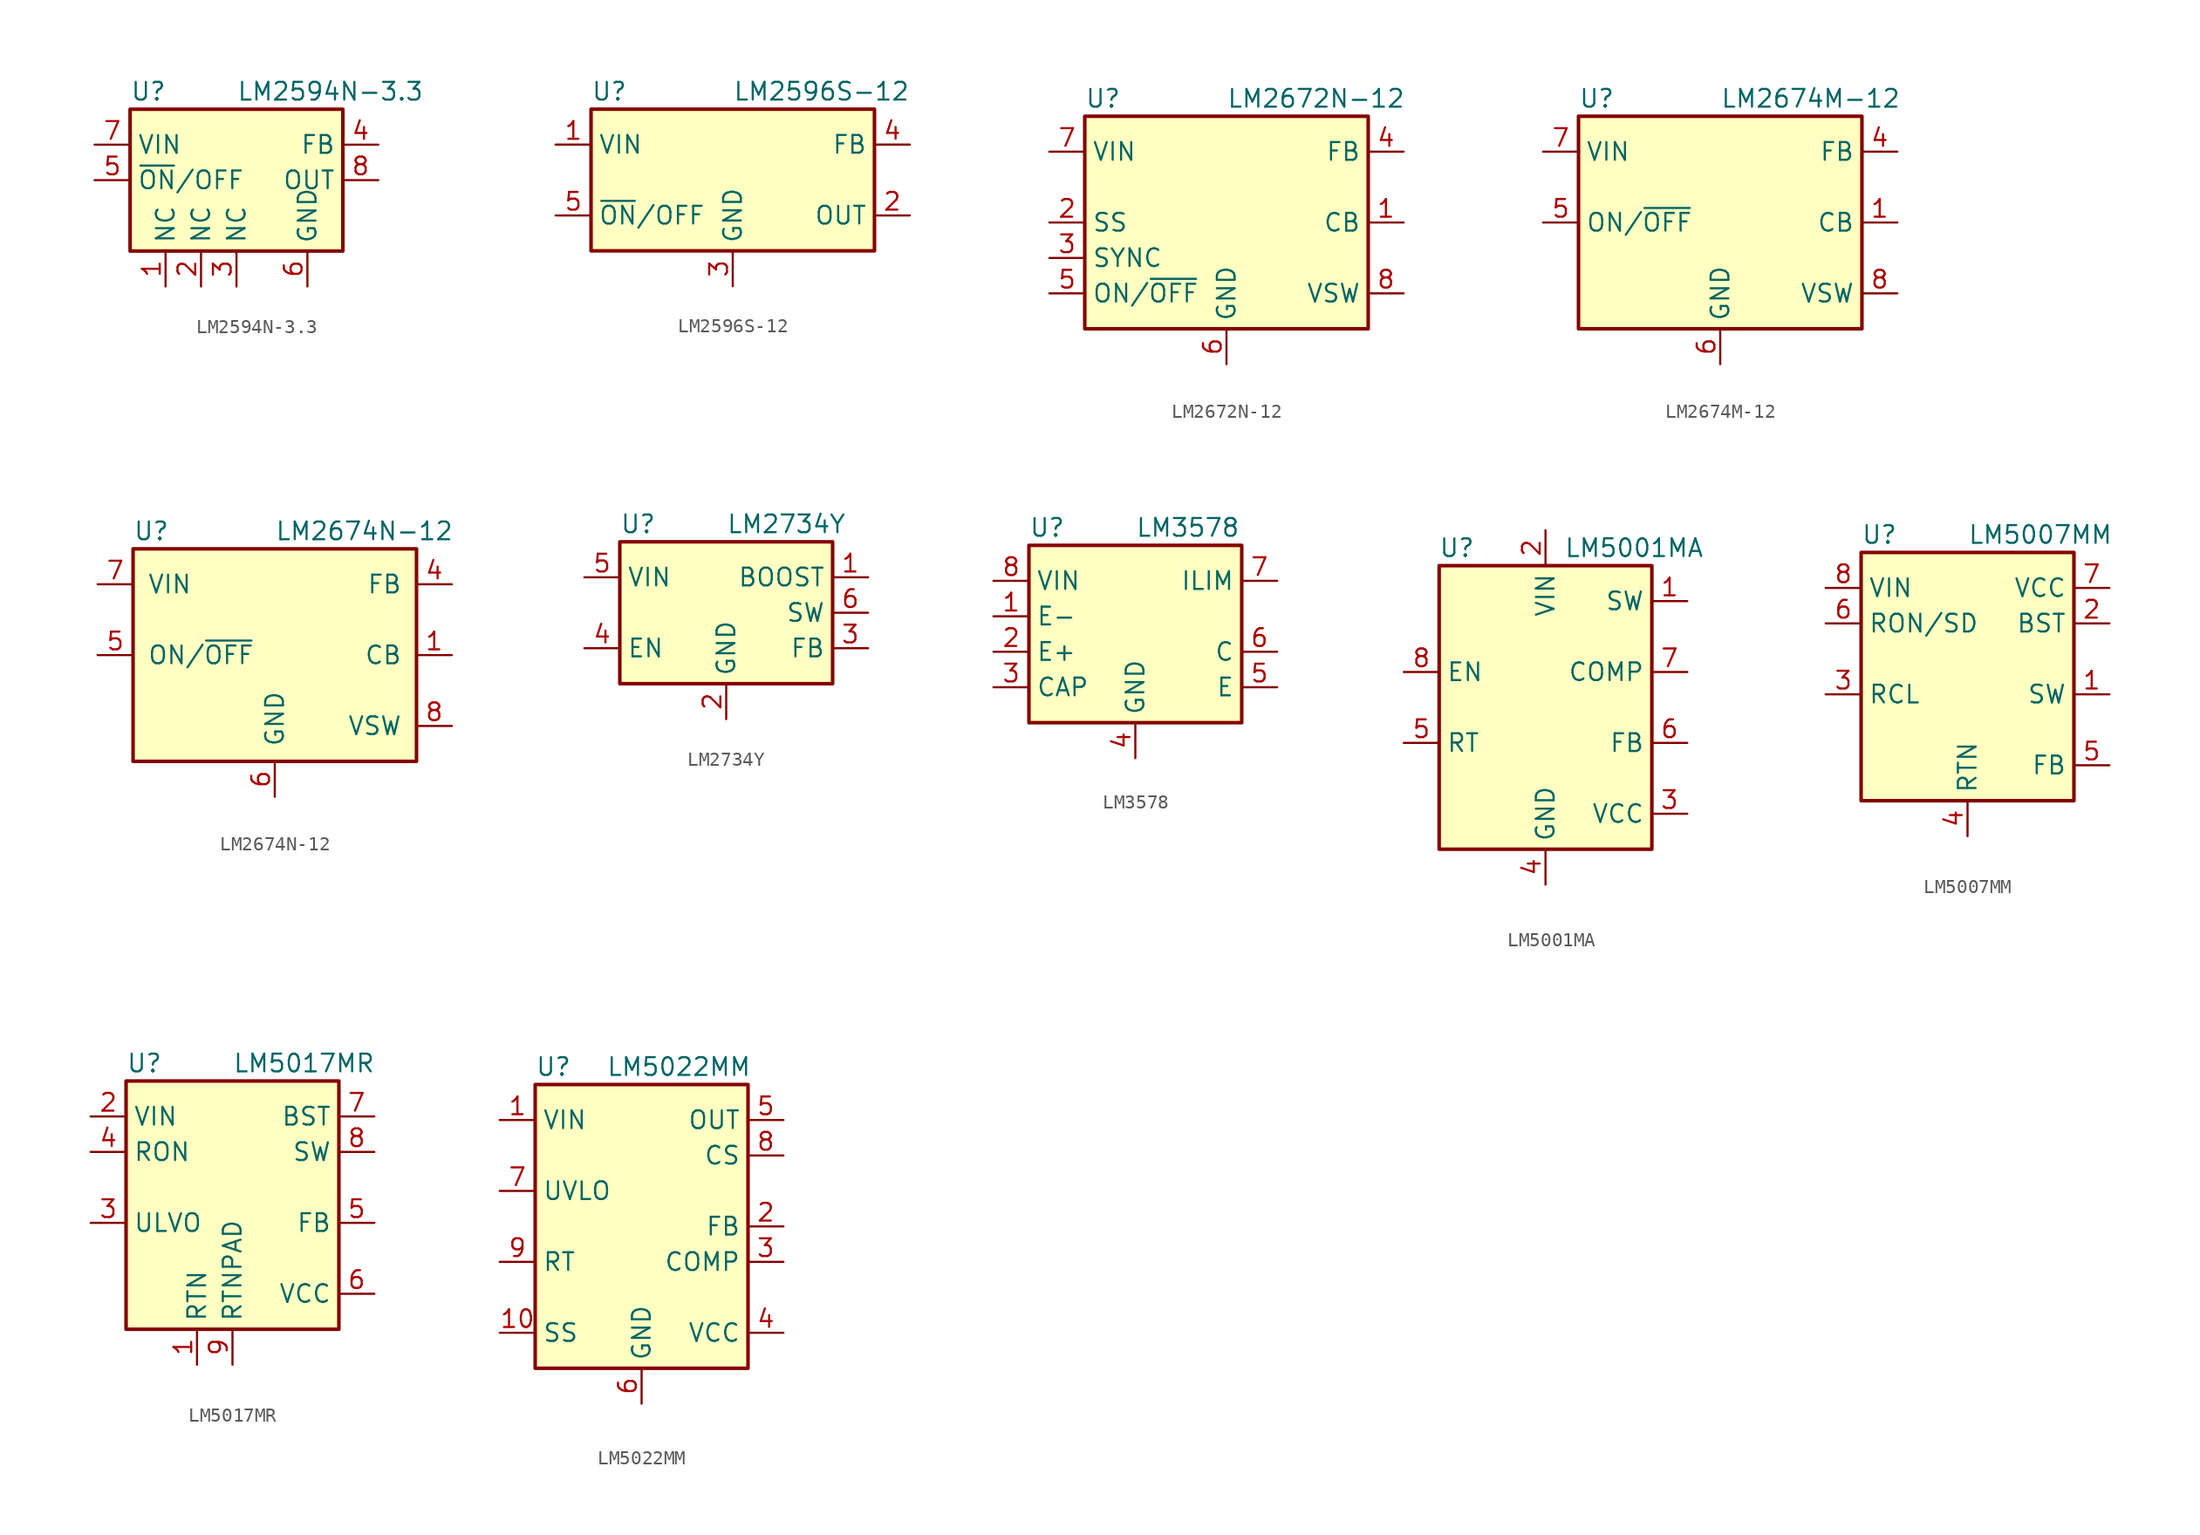
<source format=kicad_sym>
(kicad_symbol_lib
  (version 20201005)
  (generator kicad_symbol_editor)
  (symbol "LM2594N-3.3"
    (property "Reference" "U"
      (at -7.62 6.35 0)
      (effects (font (size 1.27 1.27)) (justify left)))
    (property "Value" "LM2594N-3.3"
      (at 0 6.35 0)
      (effects (font (size 1.27 1.27)) (justify left)))
    (symbol "LM2594N-3.3_0_1"
      (rectangle (start -7.62 5.08) (end 7.62 -5.08) (stroke (width 0.254)) (fill (type background))))
    (symbol "LM2594N-3.3_1_1"
      (pin passive line (at -5.08 -7.62 90) (length 2.54) (name "NC" (effects (font (size 1.27 1.27)))) (number "1" (effects (font (size 1.27 1.27)))))
      (pin passive line (at -2.54 -7.62 90) (length 2.54) (name "NC" (effects (font (size 1.27 1.27)))) (number "2" (effects (font (size 1.27 1.27)))))
      (pin passive line (at 0 -7.62 90) (length 2.54) (name "NC" (effects (font (size 1.27 1.27)))) (number "3" (effects (font (size 1.27 1.27)))))
      (pin input line (at 10.16 2.54 180) (length 2.54) (name "FB" (effects (font (size 1.27 1.27)))) (number "4" (effects (font (size 1.27 1.27)))))
      (pin input line (at -10.16 0 0) (length 2.54) (name "~ON~/OFF" (effects (font (size 1.27 1.27)))) (number "5" (effects (font (size 1.27 1.27)))))
      (pin power_in line (at 5.08 -7.62 90) (length 2.54) (name "GND" (effects (font (size 1.27 1.27)))) (number "6" (effects (font (size 1.27 1.27)))))
      (pin power_in line (at -10.16 2.54 0) (length 2.54) (name "VIN" (effects (font (size 1.27 1.27)))) (number "7" (effects (font (size 1.27 1.27)))))
      (pin output line (at 10.16 0 180) (length 2.54) (name "OUT" (effects (font (size 1.27 1.27)))) (number "8" (effects (font (size 1.27 1.27)))))))
  (symbol "LM2596S-12"
    (property "Reference" "U"
      (at -10.16 6.35 0)
      (effects (font (size 1.27 1.27)) (justify left)))
    (property "Value" "LM2596S-12"
      (at 0 6.35 0)
      (effects (font (size 1.27 1.27)) (justify left)))
    (symbol "LM2596S-12_0_1"
      (rectangle (start -10.16 5.08) (end 10.16 -5.08) (stroke (width 0.254)) (fill (type background))))
    (symbol "LM2596S-12_1_1"
      (pin power_in line (at -12.7 2.54 0) (length 2.54) (name "VIN" (effects (font (size 1.27 1.27)))) (number "1" (effects (font (size 1.27 1.27)))))
      (pin output line (at 12.7 -2.54 180) (length 2.54) (name "OUT" (effects (font (size 1.27 1.27)))) (number "2" (effects (font (size 1.27 1.27)))))
      (pin power_in line (at 0 -7.62 90) (length 2.54) (name "GND" (effects (font (size 1.27 1.27)))) (number "3" (effects (font (size 1.27 1.27)))))
      (pin input line (at 12.7 2.54 180) (length 2.54) (name "FB" (effects (font (size 1.27 1.27)))) (number "4" (effects (font (size 1.27 1.27)))))
      (pin input line (at -12.7 -2.54 0) (length 2.54) (name "~ON~/OFF" (effects (font (size 1.27 1.27)))) (number "5" (effects (font (size 1.27 1.27)))))))
  (symbol "LM2672N-12"
    (property "Reference" "U"
      (at -10.16 8.89 0)
      (effects (font (size 1.27 1.27)) (justify left)))
    (property "Value" "LM2672N-12"
      (at 0 8.89 0)
      (effects (font (size 1.27 1.27)) (justify left)))
    (symbol "LM2672N-12_0_1"
      (rectangle (start -10.16 7.62) (end 10.16 -7.62) (stroke (width 0.254)) (fill (type background))))
    (symbol "LM2672N-12_1_1"
      (pin input line (at 12.7 0 180) (length 2.54) (name "CB" (effects (font (size 1.27 1.27)))) (number "1" (effects (font (size 1.27 1.27)))))
      (pin input line (at -12.7 0 0) (length 2.54) (name "SS" (effects (font (size 1.27 1.27)))) (number "2" (effects (font (size 1.27 1.27)))))
      (pin input line (at -12.7 -2.54 0) (length 2.54) (name "SYNC" (effects (font (size 1.27 1.27)))) (number "3" (effects (font (size 1.27 1.27)))))
      (pin input line (at 12.7 5.08 180) (length 2.54) (name "FB" (effects (font (size 1.27 1.27)))) (number "4" (effects (font (size 1.27 1.27)))))
      (pin input line (at -12.7 -5.08 0) (length 2.54) (name "ON/~OFF" (effects (font (size 1.27 1.27)))) (number "5" (effects (font (size 1.27 1.27)))))
      (pin power_in line (at 0 -10.16 90) (length 2.54) (name "GND" (effects (font (size 1.27 1.27)))) (number "6" (effects (font (size 1.27 1.27)))))
      (pin power_in line (at -12.7 5.08 0) (length 2.54) (name "VIN" (effects (font (size 1.27 1.27)))) (number "7" (effects (font (size 1.27 1.27)))))
      (pin output line (at 12.7 -5.08 180) (length 2.54) (name "VSW" (effects (font (size 1.27 1.27)))) (number "8" (effects (font (size 1.27 1.27)))))))
  (symbol "LM2674M-12"
    (property "Reference" "U"
      (at -10.16 8.89 0)
      (effects (font (size 1.27 1.27)) (justify left)))
    (property "Value" "LM2674M-12"
      (at 0 8.89 0)
      (effects (font (size 1.27 1.27)) (justify left)))
    (symbol "LM2674M-12_0_1"
      (rectangle (start -10.16 7.62) (end 10.16 -7.62) (stroke (width 0.254)) (fill (type background))))
    (symbol "LM2674M-12_1_1"
      (pin input line (at 12.7 0 180) (length 2.54) (name "CB" (effects (font (size 1.27 1.27)))) (number "1" (effects (font (size 1.27 1.27)))))
      (pin no_connect line (at -10.16 -2.54 0) (length 2.54) hide (name "NC" (effects (font (size 1.27 1.27)))) (number "2" (effects (font (size 1.27 1.27)))))
      (pin no_connect line (at -10.16 -5.08 0) (length 2.54) hide (name "NC" (effects (font (size 1.27 1.27)))) (number "3" (effects (font (size 1.27 1.27)))))
      (pin input line (at 12.7 5.08 180) (length 2.54) (name "FB" (effects (font (size 1.27 1.27)))) (number "4" (effects (font (size 1.27 1.27)))))
      (pin input line (at -12.7 0 0) (length 2.54) (name "ON/~OFF" (effects (font (size 1.27 1.27)))) (number "5" (effects (font (size 1.27 1.27)))))
      (pin power_in line (at 0 -10.16 90) (length 2.54) (name "GND" (effects (font (size 1.27 1.27)))) (number "6" (effects (font (size 1.27 1.27)))))
      (pin power_in line (at -12.7 5.08 0) (length 2.54) (name "VIN" (effects (font (size 1.27 1.27)))) (number "7" (effects (font (size 1.27 1.27)))))
      (pin output line (at 12.7 -5.08 180) (length 2.54) (name "VSW" (effects (font (size 1.27 1.27)))) (number "8" (effects (font (size 1.27 1.27)))))))
  (symbol "LM2674N-12"
    (pin_names
      (offset 1.016))
    (property "Reference" "U"
      (at -10.16 8.89 0)
      (effects (font (size 1.27 1.27)) (justify left)))
    (property "Value" "LM2674N-12"
      (at 0 8.89 0)
      (effects (font (size 1.27 1.27)) (justify left)))
    (symbol "LM2674N-12_0_1"
      (rectangle (start -10.16 7.62) (end 10.16 -7.62) (stroke (width 0.254)) (fill (type background))))
    (symbol "LM2674N-12_1_1"
      (pin input line (at 12.7 0 180) (length 2.54) (name "CB" (effects (font (size 1.27 1.27)))) (number "1" (effects (font (size 1.27 1.27)))))
      (pin no_connect line (at -10.16 -2.54 0) (length 2.54) hide (name "NC" (effects (font (size 1.27 1.27)))) (number "2" (effects (font (size 1.27 1.27)))))
      (pin no_connect line (at -10.16 -5.08 0) (length 2.54) hide (name "NC" (effects (font (size 1.27 1.27)))) (number "3" (effects (font (size 1.27 1.27)))))
      (pin input line (at 12.7 5.08 180) (length 2.54) (name "FB" (effects (font (size 1.27 1.27)))) (number "4" (effects (font (size 1.27 1.27)))))
      (pin input line (at -12.7 0 0) (length 2.54) (name "ON/~OFF" (effects (font (size 1.27 1.27)))) (number "5" (effects (font (size 1.27 1.27)))))
      (pin power_in line (at 0 -10.16 90) (length 2.54) (name "GND" (effects (font (size 1.27 1.27)))) (number "6" (effects (font (size 1.27 1.27)))))
      (pin power_in line (at -12.7 5.08 0) (length 2.54) (name "VIN" (effects (font (size 1.27 1.27)))) (number "7" (effects (font (size 1.27 1.27)))))
      (pin output line (at 12.7 -5.08 180) (length 2.54) (name "VSW" (effects (font (size 1.27 1.27)))) (number "8" (effects (font (size 1.27 1.27)))))))
  (symbol "LM2734Y"
    (property "Reference" "U"
      (at -7.62 6.35 0)
      (effects (font (size 1.27 1.27)) (justify left)))
    (property "Value" "LM2734Y"
      (at 0 6.35 0)
      (effects (font (size 1.27 1.27)) (justify left)))
    (symbol "LM2734Y_0_1"
      (rectangle (start -7.62 5.08) (end 7.62 -5.08) (stroke (width 0.254)) (fill (type background)))
      (pin input line (at 10.16 2.54 180) (length 2.54) (name "BOOST" (effects (font (size 1.27 1.27)))) (number "1" (effects (font (size 1.27 1.27))))))
    (symbol "LM2734Y_1_1"
      (pin power_in line (at 0 -7.62 90) (length 2.54) (name "GND" (effects (font (size 1.27 1.27)))) (number "2" (effects (font (size 1.27 1.27)))))
      (pin input line (at 10.16 -2.54 180) (length 2.54) (name "FB" (effects (font (size 1.27 1.27)))) (number "3" (effects (font (size 1.27 1.27)))))
      (pin input line (at -10.16 -2.54 0) (length 2.54) (name "EN" (effects (font (size 1.27 1.27)))) (number "4" (effects (font (size 1.27 1.27)))))
      (pin power_in line (at -10.16 2.54 0) (length 2.54) (name "VIN" (effects (font (size 1.27 1.27)))) (number "5" (effects (font (size 1.27 1.27)))))
      (pin output line (at 10.16 0 180) (length 2.54) (name "SW" (effects (font (size 1.27 1.27)))) (number "6" (effects (font (size 1.27 1.27)))))))
  (symbol "LM3578"
    (property "Reference" "U"
      (at -7.62 8.89 0)
      (effects (font (size 1.27 1.27)) (justify left)))
    (property "Value" "LM3578"
      (at 0 8.89 0)
      (effects (font (size 1.27 1.27)) (justify left)))
    (symbol "LM3578_0_1"
      (rectangle (start -7.62 -5.08) (end 7.62 7.62) (stroke (width 0.254)) (fill (type background))))
    (symbol "LM3578_1_1"
      (pin input line (at -10.16 2.54 0) (length 2.54) (name "E-" (effects (font (size 1.27 1.27)))) (number "1" (effects (font (size 1.27 1.27)))))
      (pin input line (at -10.16 0 0) (length 2.54) (name "E+" (effects (font (size 1.27 1.27)))) (number "2" (effects (font (size 1.27 1.27)))))
      (pin input line (at -10.16 -2.54 0) (length 2.54) (name "CAP" (effects (font (size 1.27 1.27)))) (number "3" (effects (font (size 1.27 1.27)))))
      (pin power_in line (at 0 -7.62 90) (length 2.54) (name "GND" (effects (font (size 1.27 1.27)))) (number "4" (effects (font (size 1.27 1.27)))))
      (pin open_emitter line (at 10.16 -2.54 180) (length 2.54) (name "E" (effects (font (size 1.27 1.27)))) (number "5" (effects (font (size 1.27 1.27)))))
      (pin open_collector line (at 10.16 0 180) (length 2.54) (name "C" (effects (font (size 1.27 1.27)))) (number "6" (effects (font (size 1.27 1.27)))))
      (pin input line (at 10.16 5.08 180) (length 2.54) (name "ILIM" (effects (font (size 1.27 1.27)))) (number "7" (effects (font (size 1.27 1.27)))))
      (pin power_in line (at -10.16 5.08 0) (length 2.54) (name "VIN" (effects (font (size 1.27 1.27)))) (number "8" (effects (font (size 1.27 1.27)))))))
  (symbol "LM5001MA"
    (property "Reference" "U"
      (at -6.35 11.43 0)
      (effects (font (size 1.27 1.27))))
    (property "Value" "LM5001MA"
      (at 6.35 11.43 0)
      (effects (font (size 1.27 1.27))))
    (symbol "LM5001MA_0_1"
      (rectangle (start -7.62 10.16) (end 7.62 -10.16) (stroke (width 0.254)) (fill (type background))))
    (symbol "LM5001MA_1_1"
      (pin open_collector line (at 10.16 7.62 180) (length 2.54) (name "SW" (effects (font (size 1.27 1.27)))) (number "1" (effects (font (size 1.27 1.27)))))
      (pin power_in line (at 0 12.7 270) (length 2.54) (name "VIN" (effects (font (size 1.27 1.27)))) (number "2" (effects (font (size 1.27 1.27)))))
      (pin passive line (at 10.16 -7.62 180) (length 2.54) (name "VCC" (effects (font (size 1.27 1.27)))) (number "3" (effects (font (size 1.27 1.27)))))
      (pin power_in line (at 0 -12.7 90) (length 2.54) (name "GND" (effects (font (size 1.27 1.27)))) (number "4" (effects (font (size 1.27 1.27)))))
      (pin passive line (at -10.16 -2.54 0) (length 2.54) (name "RT" (effects (font (size 1.27 1.27)))) (number "5" (effects (font (size 1.27 1.27)))))
      (pin input line (at 10.16 -2.54 180) (length 2.54) (name "FB" (effects (font (size 1.27 1.27)))) (number "6" (effects (font (size 1.27 1.27)))))
      (pin open_collector line (at 10.16 2.54 180) (length 2.54) (name "COMP" (effects (font (size 1.27 1.27)))) (number "7" (effects (font (size 1.27 1.27)))))
      (pin input line (at -10.16 2.54 0) (length 2.54) (name "EN" (effects (font (size 1.27 1.27)))) (number "8" (effects (font (size 1.27 1.27)))))))
  (symbol "LM5007MM"
    (property "Reference" "U"
      (at -7.62 8.89 0)
      (effects (font (size 1.27 1.27)) (justify left)))
    (property "Value" "LM5007MM"
      (at 0 8.89 0)
      (effects (font (size 1.27 1.27)) (justify left)))
    (symbol "LM5007MM_0_1"
      (rectangle (start -7.62 7.62) (end 7.62 -10.16) (stroke (width 0.254)) (fill (type background))))
    (symbol "LM5007MM_1_1"
      (pin output line (at 10.16 -2.54 180) (length 2.54) (name "SW" (effects (font (size 1.27 1.27)))) (number "1" (effects (font (size 1.27 1.27)))))
      (pin input line (at 10.16 2.54 180) (length 2.54) (name "BST" (effects (font (size 1.27 1.27)))) (number "2" (effects (font (size 1.27 1.27)))))
      (pin input line (at -10.16 -2.54 0) (length 2.54) (name "RCL" (effects (font (size 1.27 1.27)))) (number "3" (effects (font (size 1.27 1.27)))))
      (pin power_in line (at 0 -12.7 90) (length 2.54) (name "RTN" (effects (font (size 1.27 1.27)))) (number "4" (effects (font (size 1.27 1.27)))))
      (pin input line (at 10.16 -7.62 180) (length 2.54) (name "FB" (effects (font (size 1.27 1.27)))) (number "5" (effects (font (size 1.27 1.27)))))
      (pin input line (at -10.16 2.54 0) (length 2.54) (name "RON/SD" (effects (font (size 1.27 1.27)))) (number "6" (effects (font (size 1.27 1.27)))))
      (pin output line (at 10.16 5.08 180) (length 2.54) (name "VCC" (effects (font (size 1.27 1.27)))) (number "7" (effects (font (size 1.27 1.27)))))
      (pin power_in line (at -10.16 5.08 0) (length 2.54) (name "VIN" (effects (font (size 1.27 1.27)))) (number "8" (effects (font (size 1.27 1.27)))))))
  (symbol "LM5017MR"
    (property "Reference" "U"
      (at -7.62 8.89 0)
      (effects (font (size 1.27 1.27)) (justify left)))
    (property "Value" "LM5017MR"
      (at 0 8.89 0)
      (effects (font (size 1.27 1.27)) (justify left)))
    (symbol "LM5017MR_0_1"
      (rectangle (start -7.62 7.62) (end 7.62 -10.16) (stroke (width 0.254)) (fill (type background))))
    (symbol "LM5017MR_1_1"
      (pin power_in line (at -2.54 -12.7 90) (length 2.54) (name "RTN" (effects (font (size 1.27 1.27)))) (number "1" (effects (font (size 1.27 1.27)))))
      (pin power_in line (at -10.16 5.08 0) (length 2.54) (name "VIN" (effects (font (size 1.27 1.27)))) (number "2" (effects (font (size 1.27 1.27)))))
      (pin input line (at -10.16 -2.54 0) (length 2.54) (name "ULVO" (effects (font (size 1.27 1.27)))) (number "3" (effects (font (size 1.27 1.27)))))
      (pin input line (at -10.16 2.54 0) (length 2.54) (name "RON" (effects (font (size 1.27 1.27)))) (number "4" (effects (font (size 1.27 1.27)))))
      (pin input line (at 10.16 -2.54 180) (length 2.54) (name "FB" (effects (font (size 1.27 1.27)))) (number "5" (effects (font (size 1.27 1.27)))))
      (pin output line (at 10.16 -7.62 180) (length 2.54) (name "VCC" (effects (font (size 1.27 1.27)))) (number "6" (effects (font (size 1.27 1.27)))))
      (pin input line (at 10.16 5.08 180) (length 2.54) (name "BST" (effects (font (size 1.27 1.27)))) (number "7" (effects (font (size 1.27 1.27)))))
      (pin output line (at 10.16 2.54 180) (length 2.54) (name "SW" (effects (font (size 1.27 1.27)))) (number "8" (effects (font (size 1.27 1.27)))))
      (pin power_in line (at 0 -12.7 90) (length 2.54) (name "RTNPAD" (effects (font (size 1.27 1.27)))) (number "9" (effects (font (size 1.27 1.27)))))))
  (symbol "LM5022MM"
    (property "Reference" "U"
      (at -7.62 11.43 0)
      (effects (font (size 1.27 1.27)) (justify left)))
    (property "Value" "LM5022MM"
      (at -2.54 11.43 0)
      (effects (font (size 1.27 1.27)) (justify left)))
    (symbol "LM5022MM_0_1"
      (rectangle (start -7.62 10.16) (end 7.62 -10.16) (stroke (width 0.254)) (fill (type background))))
    (symbol "LM5022MM_1_1"
      (pin power_in line (at -10.16 7.62 0) (length 2.54) (name "VIN" (effects (font (size 1.27 1.27)))) (number "1" (effects (font (size 1.27 1.27)))))
      (pin input line (at -10.16 -7.62 0) (length 2.54) (name "SS" (effects (font (size 1.27 1.27)))) (number "10" (effects (font (size 1.27 1.27)))))
      (pin input line (at 10.16 0 180) (length 2.54) (name "FB" (effects (font (size 1.27 1.27)))) (number "2" (effects (font (size 1.27 1.27)))))
      (pin bidirectional line (at 10.16 -2.54 180) (length 2.54) (name "COMP" (effects (font (size 1.27 1.27)))) (number "3" (effects (font (size 1.27 1.27)))))
      (pin power_out line (at 10.16 -7.62 180) (length 2.54) (name "VCC" (effects (font (size 1.27 1.27)))) (number "4" (effects (font (size 1.27 1.27)))))
      (pin output line (at 10.16 7.62 180) (length 2.54) (name "OUT" (effects (font (size 1.27 1.27)))) (number "5" (effects (font (size 1.27 1.27)))))
      (pin power_in line (at 0 -12.7 90) (length 2.54) (name "GND" (effects (font (size 1.27 1.27)))) (number "6" (effects (font (size 1.27 1.27)))))
      (pin input line (at -10.16 2.54 0) (length 2.54) (name "UVLO" (effects (font (size 1.27 1.27)))) (number "7" (effects (font (size 1.27 1.27)))))
      (pin input line (at 10.16 5.08 180) (length 2.54) (name "CS" (effects (font (size 1.27 1.27)))) (number "8" (effects (font (size 1.27 1.27)))))
      (pin input line (at -10.16 -2.54 0) (length 2.54) (name "RT" (effects (font (size 1.27 1.27)))) (number "9" (effects (font (size 1.27 1.27))))))))
</source>
